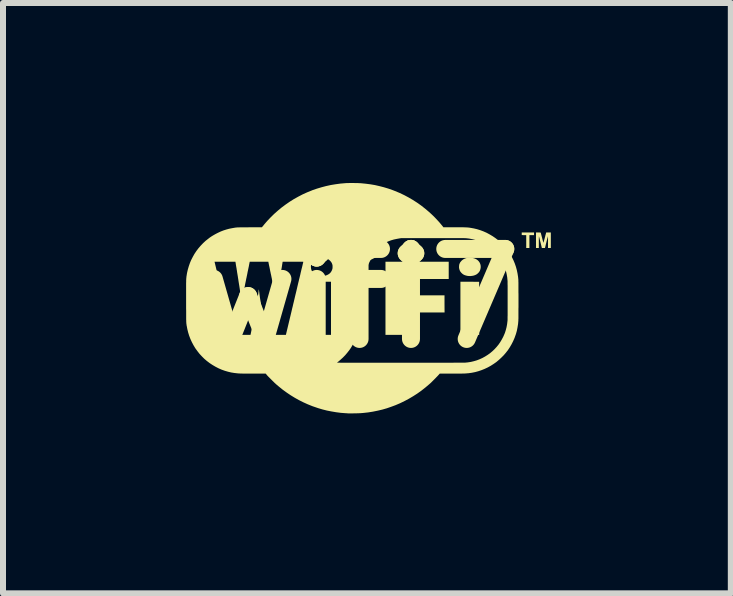
<source format=kicad_pcb>
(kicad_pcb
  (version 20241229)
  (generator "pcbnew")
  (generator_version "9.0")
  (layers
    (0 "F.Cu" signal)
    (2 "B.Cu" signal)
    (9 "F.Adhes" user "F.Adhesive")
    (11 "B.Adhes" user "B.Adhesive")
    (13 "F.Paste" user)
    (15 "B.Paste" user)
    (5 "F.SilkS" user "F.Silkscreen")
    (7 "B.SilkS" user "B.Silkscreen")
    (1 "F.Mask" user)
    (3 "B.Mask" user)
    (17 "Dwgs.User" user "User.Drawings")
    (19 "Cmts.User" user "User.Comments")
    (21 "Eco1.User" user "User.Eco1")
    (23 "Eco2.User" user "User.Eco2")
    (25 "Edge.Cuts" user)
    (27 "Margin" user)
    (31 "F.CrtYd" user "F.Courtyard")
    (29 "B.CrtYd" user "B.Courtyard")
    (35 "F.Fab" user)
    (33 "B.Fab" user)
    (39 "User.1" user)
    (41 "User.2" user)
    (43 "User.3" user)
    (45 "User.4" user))
  (footprint "wifi7"
    (layer "F.Cu")
    (at 2.943 1.921)
    (property "Reference" "wifi7" (at 0 0 0) (layer "F.SilkS") (effects (font (size 1.5 1.5) (thickness 0.3))))
    (attr board_only exclude_from_pos_files exclude_from_bom)
    (fp_poly (pts (xy 1.837 -0.275) (xy 1.993 -0.274) (xy 1.994 0.168) (xy 1.994 0.611) (xy 1.838 0.611) (xy 1.681 0.611) (xy 1.681 0.168) (xy 1.681 -0.275)) (stroke (width 0) (type solid)) (fill yes) (layer "F.SilkS"))
    (fp_poly (pts (xy 2.908 -1.074) (xy 2.908 -1.052) (xy 2.869 -1.052) (xy 2.831 -1.052) (xy 2.831 -0.944) (xy 2.831 -0.837) (xy 2.805 -0.837) (xy 2.778 -0.837) (xy 2.778 -0.944) (xy 2.778 -1.052) (xy 2.74 -1.052) (xy 2.703 -1.053) (xy 2.703 -1.074) (xy 2.703 -1.096) (xy 2.805 -1.096) (xy 2.908 -1.096)) (stroke (width 0) (type solid)) (fill yes) (layer "F.SilkS"))
    (fp_poly (pts (xy 1.486 -0.465) (xy 1.486 -0.321) (xy 1.127 -0.321) (xy 0.767 -0.321) (xy 0.767 -0.185) (xy 0.767 -0.049) (xy 1.092 -0.049) (xy 1.416 -0.048) (xy 1.416 0.094) (xy 1.417 0.237) (xy 1.092 0.237) (xy 0.767 0.237) (xy 0.767 0.424) (xy 0.767 0.611) (xy 0.6 0.611) (xy 0.432 0.611) (xy 0.432 0.001) (xy 0.432 -0.609) (xy 0.959 -0.609) (xy 1.486 -0.609)) (stroke (width 0) (type solid)) (fill yes) (layer "F.SilkS"))
    (fp_poly (pts (xy 1.86 -0.675) (xy 1.887 -0.671) (xy 1.911 -0.665) (xy 1.933 -0.656) (xy 1.954 -0.645) (xy 1.972 -0.631) (xy 1.987 -0.615) (xy 2 -0.597) (xy 2.009 -0.578) (xy 2.016 -0.557) (xy 2.019 -0.536) (xy 2.019 -0.513) (xy 2.018 -0.504) (xy 2.013 -0.481) (xy 2.006 -0.46) (xy 1.995 -0.441) (xy 1.981 -0.424) (xy 1.965 -0.409) (xy 1.947 -0.396) (xy 1.926 -0.386) (xy 1.903 -0.378) (xy 1.877 -0.373) (xy 1.85 -0.37) (xy 1.836 -0.37) (xy 1.825 -0.371) (xy 1.814 -0.371) (xy 1.805 -0.372) (xy 1.797 -0.373) (xy 1.772 -0.379) (xy 1.748 -0.387) (xy 1.727 -0.398) (xy 1.709 -0.412) (xy 1.693 -0.428) (xy 1.679 -0.446) (xy 1.669 -0.466) (xy 1.662 -0.488) (xy 1.66 -0.498) (xy 1.658 -0.511) (xy 1.658 -0.526) (xy 1.659 -0.539) (xy 1.66 -0.552) (xy 1.661 -0.559) (xy 1.668 -0.579) (xy 1.678 -0.599) (xy 1.692 -0.616) (xy 1.707 -0.632) (xy 1.726 -0.646) (xy 1.746 -0.657) (xy 1.768 -0.666) (xy 1.778 -0.669) (xy 1.805 -0.674) (xy 1.832 -0.676)) (stroke (width 0) (type solid)) (fill yes) (layer "F.SilkS"))
    (fp_poly (pts (xy 2.993 -1.096) (xy 3.002 -1.096) (xy 3.009 -1.095) (xy 3.014 -1.095) (xy 3.017 -1.094) (xy 3.019 -1.094) (xy 3.02 -1.093) (xy 3.02 -1.092) (xy 3.02 -1.09) (xy 3.022 -1.085) (xy 3.024 -1.076) (xy 3.027 -1.065) (xy 3.03 -1.053) (xy 3.034 -1.038) (xy 3.038 -1.022) (xy 3.042 -1.008) (xy 3.046 -0.991) (xy 3.05 -0.976) (xy 3.054 -0.962) (xy 3.057 -0.949) (xy 3.06 -0.939) (xy 3.062 -0.931) (xy 3.064 -0.926) (xy 3.064 -0.925) (xy 3.065 -0.926) (xy 3.066 -0.931) (xy 3.069 -0.938) (xy 3.071 -0.948) (xy 3.075 -0.96) (xy 3.078 -0.974) (xy 3.083 -0.989) (xy 3.086 -1.003) (xy 3.091 -1.02) (xy 3.095 -1.036) (xy 3.098 -1.05) (xy 3.102 -1.063) (xy 3.105 -1.074) (xy 3.107 -1.082) (xy 3.108 -1.088) (xy 3.109 -1.09) (xy 3.11 -1.096) (xy 3.149 -1.096) (xy 3.188 -1.096) (xy 3.188 -0.966) (xy 3.188 -0.837) (xy 3.165 -0.837) (xy 3.141 -0.837) (xy 3.141 -0.937) (xy 3.141 -0.959) (xy 3.141 -0.978) (xy 3.141 -0.995) (xy 3.14 -1.009) (xy 3.14 -1.02) (xy 3.14 -1.028) (xy 3.139 -1.032) (xy 3.139 -1.033) (xy 3.138 -1.03) (xy 3.137 -1.025) (xy 3.135 -1.016) (xy 3.132 -1.005) (xy 3.129 -0.992) (xy 3.125 -0.977) (xy 3.121 -0.961) (xy 3.116 -0.944) (xy 3.116 -0.94) (xy 3.111 -0.922) (xy 3.107 -0.906) (xy 3.103 -0.89) (xy 3.1 -0.876) (xy 3.097 -0.864) (xy 3.095 -0.855) (xy 3.093 -0.848) (xy 3.092 -0.844) (xy 3.092 -0.844) (xy 3.09 -0.837) (xy 3.065 -0.837) (xy 3.039 -0.837) (xy 3.015 -0.934) (xy 3.01 -0.953) (xy 3.006 -0.97) (xy 3.002 -0.985) (xy 2.999 -0.999) (xy 2.996 -1.011) (xy 2.993 -1.021) (xy 2.991 -1.027) (xy 2.99 -1.031) (xy 2.99 -1.032) (xy 2.989 -1.032) (xy 2.989 -1.031) (xy 2.989 -1.03) (xy 2.989 -1.027) (xy 2.989 -1.023) (xy 2.989 -1.018) (xy 2.989 -1.01) (xy 2.988 -1.001) (xy 2.988 -0.989) (xy 2.988 -0.975) (xy 2.988 -0.957) (xy 2.988 -0.937) (xy 2.988 -0.924) (xy 2.988 -0.837) (xy 2.964 -0.837) (xy 2.941 -0.837) (xy 2.941 -0.966) (xy 2.941 -1.035) (xy 2.988 -1.035) (xy 2.989 -1.034) (xy 2.99 -1.035) (xy 2.989 -1.035) (xy 2.988 -1.035) (xy 2.941 -1.035) (xy 2.941 -1.096) (xy 2.98 -1.096)) (stroke (width 0) (type solid)) (fill yes) (layer "F.SilkS"))
    (fp_poly (pts (xy -0.125 -1.921) (xy -0.103 -1.921) (xy -0.081 -1.92) (xy -0.06 -1.92) (xy -0.039 -1.92) (xy -0.02 -1.919) (xy -0.002 -1.918) (xy 0.012 -1.918) (xy 0.022 -1.917) (xy 0.102 -1.909) (xy 0.18 -1.899) (xy 0.257 -1.886) (xy 0.331 -1.869) (xy 0.405 -1.85) (xy 0.478 -1.828) (xy 0.55 -1.803) (xy 0.591 -1.787) (xy 0.668 -1.755) (xy 0.744 -1.719) (xy 0.817 -1.68) (xy 0.889 -1.638) (xy 0.959 -1.593) (xy 1.027 -1.545) (xy 1.093 -1.493) (xy 1.157 -1.439) (xy 1.179 -1.419) (xy 1.203 -1.397) (xy 1.228 -1.373) (xy 1.253 -1.348) (xy 1.278 -1.322) (xy 1.302 -1.296) (xy 1.326 -1.27) (xy 1.348 -1.244) (xy 1.368 -1.22) (xy 1.386 -1.198) (xy 1.39 -1.193) (xy 1.397 -1.183) (xy 1.578 -1.183) (xy 1.61 -1.183) (xy 1.639 -1.183) (xy 1.664 -1.183) (xy 1.687 -1.183) (xy 1.707 -1.183) (xy 1.725 -1.183) (xy 1.741 -1.182) (xy 1.756 -1.182) (xy 1.768 -1.181) (xy 1.78 -1.181) (xy 1.79 -1.18) (xy 1.8 -1.18) (xy 1.809 -1.179) (xy 1.818 -1.178) (xy 1.828 -1.177) (xy 1.837 -1.175) (xy 1.847 -1.174) (xy 1.903 -1.164) (xy 1.958 -1.151) (xy 2.013 -1.134) (xy 2.066 -1.114) (xy 2.118 -1.091) (xy 2.168 -1.064) (xy 2.217 -1.035) (xy 2.264 -1.003) (xy 2.309 -0.968) (xy 2.352 -0.93) (xy 2.392 -0.89) (xy 2.431 -0.847) (xy 2.466 -0.801) (xy 2.48 -0.782) (xy 2.511 -0.734) (xy 2.54 -0.684) (xy 2.565 -0.633) (xy 2.587 -0.58) (xy 2.606 -0.525) (xy 2.621 -0.47) (xy 2.633 -0.413) (xy 2.642 -0.356) (xy 2.647 -0.305) (xy 2.647 -0.3) (xy 2.647 -0.291) (xy 2.647 -0.279) (xy 2.648 -0.264) (xy 2.648 -0.246) (xy 2.648 -0.226) (xy 2.648 -0.204) (xy 2.648 -0.18) (xy 2.648 -0.154) (xy 2.648 -0.126) (xy 2.648 -0.098) (xy 2.649 -0.068) (xy 2.649 -0.037) (xy 2.649 -0.006) (xy 2.649 0.025) (xy 2.649 0.056) (xy 2.649 0.088) (xy 2.649 0.118) (xy 2.649 0.149) (xy 2.648 0.178) (xy 2.648 0.206) (xy 2.648 0.233) (xy 2.648 0.258) (xy 2.648 0.281) (xy 2.648 0.302) (xy 2.648 0.321) (xy 2.648 0.337) (xy 2.647 0.351) (xy 2.647 0.361) (xy 2.647 0.368) (xy 2.647 0.37) (xy 2.642 0.428) (xy 2.633 0.485) (xy 2.622 0.541) (xy 2.607 0.595) (xy 2.588 0.648) (xy 2.583 0.662) (xy 2.56 0.715) (xy 2.534 0.766) (xy 2.505 0.816) (xy 2.474 0.863) (xy 2.439 0.908) (xy 2.403 0.95) (xy 2.363 0.99) (xy 2.322 1.028) (xy 2.279 1.064) (xy 2.233 1.096) (xy 2.186 1.126) (xy 2.137 1.153) (xy 2.086 1.177) (xy 2.034 1.198) (xy 1.981 1.216) (xy 1.926 1.231) (xy 1.871 1.242) (xy 1.814 1.25) (xy 1.797 1.251) (xy 1.788 1.252) (xy 1.78 1.253) (xy 1.773 1.253) (xy 1.765 1.254) (xy 1.757 1.254) (xy 1.748 1.255) (xy 1.739 1.255) (xy 1.729 1.255) (xy 1.717 1.255) (xy 1.704 1.256) (xy 1.689 1.256) (xy 1.672 1.256) (xy 1.652 1.256) (xy 1.63 1.256) (xy 1.606 1.256) (xy 1.578 1.256) (xy 1.547 1.256) (xy 1.529 1.256) (xy 1.337 1.256) (xy 1.308 1.288) (xy 1.296 1.301) (xy 1.282 1.315) (xy 1.267 1.331) (xy 1.251 1.347) (xy 1.234 1.364) (xy 1.218 1.38) (xy 1.202 1.396) (xy 1.187 1.411) (xy 1.173 1.423) (xy 1.163 1.432) (xy 1.098 1.487) (xy 1.032 1.539) (xy 0.965 1.587) (xy 0.895 1.632) (xy 0.824 1.674) (xy 0.751 1.713) (xy 0.677 1.749) (xy 0.6 1.782) (xy 0.53 1.808) (xy 0.455 1.834) (xy 0.379 1.856) (xy 0.302 1.874) (xy 0.223 1.89) (xy 0.143 1.903) (xy 0.061 1.912) (xy 0.022 1.915) (xy 0.013 1.916) (xy 0.001 1.916) (xy -0.013 1.917) (xy -0.029 1.917) (xy -0.047 1.918) (xy -0.066 1.918) (xy -0.085 1.918) (xy -0.104 1.919) (xy -0.123 1.919) (xy -0.14 1.919) (xy -0.156 1.919) (xy -0.171 1.919) (xy -0.182 1.919) (xy -0.191 1.919) (xy -0.193 1.918) (xy -0.198 1.918) (xy -0.206 1.918) (xy -0.216 1.917) (xy -0.227 1.916) (xy -0.236 1.916) (xy -0.313 1.91) (xy -0.39 1.9) (xy -0.467 1.887) (xy -0.544 1.872) (xy -0.619 1.853) (xy -0.693 1.831) (xy -0.707 1.826) (xy -0.786 1.799) (xy -0.863 1.768) (xy -0.938 1.734) (xy -1.012 1.697) (xy -1.083 1.657) (xy -1.153 1.614) (xy -1.222 1.567) (xy -1.289 1.518) (xy -1.355 1.464) (xy -1.395 1.43) (xy -1.404 1.421) (xy -1.416 1.411) (xy -1.428 1.398) (xy -1.442 1.385) (xy -1.457 1.37) (xy -1.472 1.355) (xy -1.487 1.34) (xy -1.501 1.326) (xy -1.515 1.312) (xy -1.527 1.3) (xy -1.537 1.289) (xy -1.545 1.28) (xy -1.545 1.279) (xy -1.565 1.256) (xy -1.766 1.256) (xy -1.799 1.256) (xy -1.828 1.256) (xy -1.854 1.256) (xy -1.877 1.256) (xy -1.898 1.256) (xy -1.916 1.256) (xy -1.932 1.256) (xy -1.946 1.256) (xy -1.958 1.255) (xy -1.969 1.255) (xy -1.978 1.255) (xy -1.987 1.255) (xy -1.995 1.254) (xy -2.003 1.254) (xy -2.011 1.254) (xy -2.018 1.253) (xy -2.026 1.253) (xy -2.03 1.252) (xy -2.086 1.246) (xy -2.141 1.237) (xy -2.195 1.224) (xy -2.249 1.208) (xy -2.302 1.189) (xy -2.354 1.166) (xy -2.404 1.14) (xy -2.453 1.111) (xy -2.5 1.08) (xy -2.509 1.073) (xy -0.375 1.073) (xy -0.375 1.073) (xy -0.374 1.073) (xy -0.372 1.074) (xy -0.369 1.074) (xy -0.365 1.074) (xy -0.36 1.074) (xy -0.353 1.074) (xy -0.345 1.074) (xy -0.336 1.074) (xy -0.325 1.074) (xy -0.312 1.075) (xy -0.298 1.075) (xy -0.282 1.075) (xy -0.264 1.075) (xy -0.245 1.075) (xy -0.223 1.075) (xy -0.199 1.075) (xy -0.173 1.075) (xy -0.145 1.075) (xy -0.114 1.075) (xy -0.081 1.075) (xy -0.046 1.075) (xy -0.007 1.075) (xy 0.033 1.075) (xy 0.077 1.075) (xy 0.123 1.075) (xy 0.173 1.075) (xy 0.225 1.075) (xy 0.28 1.075) (xy 0.339 1.075) (xy 0.401 1.075) (xy 0.466 1.075) (xy 0.534 1.075) (xy 0.606 1.075) (xy 0.674 1.075) (xy 0.736 1.075) (xy 0.797 1.075) (xy 0.857 1.075) (xy 0.916 1.075) (xy 0.974 1.075) (xy 1.031 1.075) (xy 1.087 1.075) (xy 1.141 1.075) (xy 1.193 1.075) (xy 1.244 1.075) (xy 1.293 1.075) (xy 1.34 1.075) (xy 1.385 1.075) (xy 1.428 1.075) (xy 1.469 1.075) (xy 1.508 1.075) (xy 1.544 1.075) (xy 1.578 1.074) (xy 1.609 1.074) (xy 1.637 1.074) (xy 1.663 1.074) (xy 1.685 1.074) (xy 1.705 1.074) (xy 1.721 1.074) (xy 1.735 1.074) (xy 1.745 1.074) (xy 1.751 1.074) (xy 1.754 1.074) (xy 1.805 1.069) (xy 1.856 1.061) (xy 1.906 1.049) (xy 1.954 1.035) (xy 2.001 1.017) (xy 2.047 0.996) (xy 2.091 0.972) (xy 2.134 0.945) (xy 2.175 0.916) (xy 2.213 0.884) (xy 2.25 0.849) (xy 2.284 0.812) (xy 2.316 0.773) (xy 2.345 0.731) (xy 2.371 0.687) (xy 2.395 0.642) (xy 2.416 0.594) (xy 2.424 0.574) (xy 2.438 0.529) (xy 2.45 0.482) (xy 2.459 0.434) (xy 2.465 0.384) (xy 2.467 0.364) (xy 2.467 0.359) (xy 2.467 0.35) (xy 2.467 0.338) (xy 2.467 0.324) (xy 2.467 0.307) (xy 2.468 0.287) (xy 2.468 0.265) (xy 2.468 0.241) (xy 2.468 0.216) (xy 2.468 0.189) (xy 2.468 0.161) (xy 2.468 0.131) (xy 2.468 0.101) (xy 2.468 0.071) (xy 2.468 0.04) (xy 2.468 0.009) (xy 2.468 -0.022) (xy 2.468 -0.052) (xy 2.468 -0.081) (xy 2.468 -0.11) (xy 2.468 -0.138) (xy 2.468 -0.164) (xy 2.468 -0.188) (xy 2.468 -0.211) (xy 2.467 -0.231) (xy 2.467 -0.25) (xy 2.467 -0.265) (xy 2.467 -0.278) (xy 2.467 -0.288) (xy 2.466 -0.294) (xy 2.466 -0.296) (xy 2.461 -0.349) (xy 2.452 -0.401) (xy 2.44 -0.452) (xy 2.424 -0.501) (xy 2.405 -0.549) (xy 2.382 -0.596) (xy 2.357 -0.641) (xy 2.328 -0.684) (xy 2.297 -0.725) (xy 2.262 -0.765) (xy 2.239 -0.788) (xy 2.2 -0.823) (xy 2.16 -0.856) (xy 2.117 -0.885) (xy 2.072 -0.911) (xy 2.026 -0.934) (xy 1.979 -0.954) (xy 1.931 -0.971) (xy 1.881 -0.984) (xy 1.83 -0.994) (xy 1.779 -1) (xy 1.77 -1.001) (xy 1.766 -1.001) (xy 1.76 -1.001) (xy 1.752 -1.001) (xy 1.741 -1.002) (xy 1.728 -1.002) (xy 1.713 -1.002) (xy 1.696 -1.002) (xy 1.675 -1.002) (xy 1.653 -1.002) (xy 1.627 -1.002) (xy 1.599 -1.002) (xy 1.568 -1.002) (xy 1.534 -1.002) (xy 1.496 -1.002) (xy 1.456 -1.002) (xy 1.412 -1.002) (xy 1.365 -1.002) (xy 1.315 -1.002) (xy 1.261 -1.002) (xy 1.219 -1.002) (xy 0.695 -1.002) (xy 0.668 -0.998) (xy 0.619 -0.989) (xy 0.572 -0.979) (xy 0.527 -0.966) (xy 0.484 -0.95) (xy 0.442 -0.932) (xy 0.402 -0.911) (xy 0.361 -0.887) (xy 0.349 -0.88) (xy 0.306 -0.85) (xy 0.266 -0.817) (xy 0.229 -0.782) (xy 0.193 -0.744) (xy 0.161 -0.705) (xy 0.131 -0.663) (xy 0.105 -0.619) (xy 0.081 -0.574) (xy 0.06 -0.527) (xy 0.043 -0.479) (xy 0.029 -0.429) (xy 0.018 -0.379) (xy 0.013 -0.346) (xy 0.012 -0.339) (xy 0.011 -0.332) (xy 0.01 -0.325) (xy 0.01 -0.317) (xy 0.009 -0.31) (xy 0.008 -0.301) (xy 0.008 -0.292) (xy 0.008 -0.282) (xy 0.007 -0.27) (xy 0.007 -0.257) (xy 0.007 -0.243) (xy 0.006 -0.227) (xy 0.006 -0.209) (xy 0.006 -0.189) (xy 0.006 -0.167) (xy 0.006 -0.142) (xy 0.006 -0.114) (xy 0.006 -0.084) (xy 0.006 -0.051) (xy 0.006 -0.014) (xy 0.005 0.025) (xy 0.005 0.053) (xy 0.005 0.096) (xy 0.005 0.137) (xy 0.005 0.175) (xy 0.005 0.21) (xy 0.005 0.243) (xy 0.005 0.272) (xy 0.005 0.298) (xy 0.005 0.321) (xy 0.005 0.341) (xy 0.004 0.357) (xy 0.004 0.37) (xy 0.004 0.38) (xy 0.004 0.386) (xy 0.004 0.387) (xy -0.003 0.445) (xy -0.013 0.503) (xy -0.026 0.56) (xy -0.043 0.615) (xy -0.063 0.67) (xy -0.086 0.723) (xy -0.113 0.774) (xy -0.143 0.825) (xy -0.167 0.86) (xy -0.201 0.904) (xy -0.238 0.948) (xy -0.278 0.989) (xy -0.32 1.027) (xy -0.345 1.049) (xy -0.354 1.056) (xy -0.362 1.062) (xy -0.368 1.067) (xy -0.373 1.071) (xy -0.375 1.073) (xy -0.375 1.073) (xy -2.509 1.073) (xy -2.546 1.045) (xy -2.589 1.008) (xy -2.628 0.969) (xy -2.668 0.926) (xy -2.704 0.88) (xy -2.738 0.833) (xy -2.768 0.783) (xy -2.795 0.732) (xy -2.819 0.68) (xy -2.84 0.625) (xy -2.857 0.57) (xy -2.871 0.513) (xy -2.88 0.464) (xy -2.882 0.457) (xy -2.883 0.451) (xy -2.884 0.445) (xy -2.884 0.439) (xy -2.885 0.433) (xy -2.886 0.427) (xy -2.887 0.421) (xy -2.887 0.414) (xy -2.888 0.407) (xy -2.888 0.399) (xy -2.889 0.39) (xy -2.889 0.379) (xy -2.889 0.368) (xy -2.89 0.355) (xy -2.89 0.34) (xy -2.89 0.323) (xy -2.89 0.305) (xy -2.89 0.284) (xy -2.89 0.261) (xy -2.89 0.235) (xy -2.89 0.206) (xy -2.891 0.175) (xy -2.891 0.14) (xy -2.891 0.102) (xy -2.891 0.061) (xy -2.891 0.054) (xy -2.891 0.011) (xy -2.891 -0.029) (xy -2.891 -0.065) (xy -2.891 -0.098) (xy -2.891 -0.128) (xy -2.891 -0.155) (xy -2.891 -0.18) (xy -2.891 -0.202) (xy -2.891 -0.222) (xy -2.891 -0.24) (xy -2.891 -0.256) (xy -2.89 -0.27) (xy -2.89 -0.283) (xy -2.89 -0.294) (xy -2.89 -0.304) (xy -2.889 -0.313) (xy -2.889 -0.321) (xy -2.888 -0.329) (xy -2.888 -0.336) (xy -2.887 -0.342) (xy -2.886 -0.349) (xy -2.886 -0.355) (xy -2.885 -0.362) (xy -2.885 -0.362) (xy -2.876 -0.419) (xy -2.863 -0.476) (xy -2.847 -0.531) (xy -2.828 -0.586) (xy -2.819 -0.608) (xy -2.417 -0.608) (xy -2.312 -0.17) (xy -2.302 -0.128) (xy -2.292 -0.086) (xy -2.282 -0.043) (xy -2.272 -0.001) (xy -2.262 0.041) (xy -2.252 0.082) (xy -2.243 0.123) (xy -2.233 0.162) (xy -2.224 0.2) (xy -2.215 0.237) (xy -2.207 0.272) (xy -2.199 0.305) (xy -2.192 0.336) (xy -2.185 0.364) (xy -2.179 0.39) (xy -2.174 0.413) (xy -2.169 0.432) (xy -2.167 0.44) (xy -2.127 0.611) (xy -1.972 0.611) (xy -1.818 0.611) (xy -1.812 0.584) (xy -1.803 0.539) (xy -1.794 0.497) (xy -1.786 0.458) (xy -1.778 0.423) (xy -1.771 0.389) (xy -1.765 0.359) (xy -1.759 0.33) (xy -1.754 0.304) (xy -1.749 0.279) (xy -1.744 0.255) (xy -1.74 0.233) (xy -1.736 0.212) (xy -1.732 0.191) (xy -1.728 0.171) (xy -1.724 0.151) (xy -1.721 0.132) (xy -1.718 0.112) (xy -1.714 0.092) (xy -1.711 0.071) (xy -1.71 0.067) (xy -1.707 0.047) (xy -1.703 0.026) (xy -1.7 0.004) (xy -1.697 -0.018) (xy -1.694 -0.039) (xy -1.691 -0.059) (xy -1.688 -0.078) (xy -1.686 -0.094) (xy -1.684 -0.109) (xy -1.683 -0.12) (xy -1.683 -0.123) (xy -1.682 -0.132) (xy -1.681 -0.139) (xy -1.68 -0.145) (xy -1.679 -0.148) (xy -1.679 -0.147) (xy -1.678 -0.143) (xy -1.677 -0.137) (xy -1.676 -0.128) (xy -1.675 -0.121) (xy -1.672 -0.099) (xy -1.669 -0.073) (xy -1.665 -0.045) (xy -1.661 -0.014) (xy -1.656 0.018) (xy -1.65 0.051) (xy -1.648 0.065) (xy -1.644 0.088) (xy -1.64 0.11) (xy -1.637 0.132) (xy -1.633 0.152) (xy -1.629 0.173) (xy -1.626 0.194) (xy -1.622 0.215) (xy -1.617 0.236) (xy -1.613 0.259) (xy -1.608 0.284) (xy -1.603 0.31) (xy -1.597 0.338) (xy -1.591 0.368) (xy -1.584 0.401) (xy -1.576 0.437) (xy -1.57 0.466) (xy -1.54 0.611) (xy -0.789 0.611) (xy -0.633 0.611) (xy -0.476 0.611) (xy -0.476 0.168) (xy -0.476 -0.275) (xy -0.632 -0.275) (xy -0.788 -0.274) (xy -0.789 0.168) (xy -0.789 0.611) (xy -1.54 0.611) (xy -1.384 0.611) (xy -1.228 0.611) (xy -1.133 0.214) (xy -1.124 0.174) (xy -1.114 0.135) (xy -1.105 0.095) (xy -1.095 0.055) (xy -1.086 0.016) (xy -1.077 -0.022) (xy -1.068 -0.06) (xy -1.059 -0.096) (xy -1.051 -0.13) (xy -1.043 -0.164) (xy -1.036 -0.195) (xy -1.029 -0.224) (xy -1.023 -0.25) (xy -1.017 -0.274) (xy -1.012 -0.295) (xy -1.008 -0.313) (xy -1.005 -0.324) (xy -0.999 -0.348) (xy -0.993 -0.373) (xy -0.987 -0.398) (xy -0.982 -0.422) (xy -0.976 -0.446) (xy -0.971 -0.468) (xy -0.966 -0.489) (xy -0.961 -0.508) (xy -0.957 -0.523) (xy -0.955 -0.532) (xy -0.811 -0.532) (xy -0.81 -0.509) (xy -0.807 -0.487) (xy -0.8 -0.465) (xy -0.791 -0.448) (xy -0.783 -0.437) (xy -0.773 -0.425) (xy -0.762 -0.414) (xy -0.75 -0.404) (xy -0.739 -0.396) (xy -0.738 -0.396) (xy -0.723 -0.388) (xy -0.706 -0.382) (xy -0.688 -0.376) (xy -0.673 -0.373) (xy -0.66 -0.371) (xy -0.645 -0.371) (xy -0.629 -0.37) (xy -0.613 -0.371) (xy -0.598 -0.372) (xy -0.592 -0.373) (xy -0.566 -0.378) (xy -0.543 -0.386) (xy -0.521 -0.397) (xy -0.502 -0.41) (xy -0.486 -0.425) (xy -0.473 -0.443) (xy -0.462 -0.463) (xy -0.454 -0.485) (xy -0.454 -0.486) (xy -0.451 -0.498) (xy -0.45 -0.512) (xy -0.45 -0.528) (xy -0.45 -0.542) (xy -0.452 -0.555) (xy -0.453 -0.559) (xy -0.46 -0.58) (xy -0.47 -0.599) (xy -0.484 -0.617) (xy -0.5 -0.633) (xy -0.518 -0.647) (xy -0.539 -0.658) (xy -0.556 -0.665) (xy -0.569 -0.669) (xy -0.581 -0.672) (xy -0.593 -0.674) (xy -0.607 -0.675) (xy -0.623 -0.675) (xy -0.631 -0.675) (xy -0.645 -0.675) (xy -0.656 -0.675) (xy -0.665 -0.674) (xy -0.673 -0.673) (xy -0.678 -0.672) (xy -0.704 -0.665) (xy -0.727 -0.655) (xy -0.747 -0.643) (xy -0.765 -0.629) (xy -0.78 -0.612) (xy -0.793 -0.594) (xy -0.796 -0.588) (xy -0.802 -0.574) (xy -0.806 -0.561) (xy -0.809 -0.548) (xy -0.811 -0.533) (xy -0.811 -0.532) (xy -0.955 -0.532) (xy -0.955 -0.533) (xy -0.951 -0.549) (xy -0.948 -0.563) (xy -0.945 -0.576) (xy -0.942 -0.587) (xy -0.94 -0.596) (xy -0.939 -0.602) (xy -0.938 -0.605) (xy -0.938 -0.606) (xy -0.938 -0.606) (xy -0.938 -0.607) (xy -0.939 -0.607) (xy -0.941 -0.607) (xy -0.944 -0.608) (xy -0.949 -0.608) (xy -0.955 -0.608) (xy -0.962 -0.608) (xy -0.972 -0.609) (xy -0.983 -0.609) (xy -0.998 -0.609) (xy -1.014 -0.609) (xy -1.034 -0.609) (xy -1.056 -0.609) (xy -1.082 -0.609) (xy -1.109 -0.609) (xy -1.282 -0.609) (xy -1.282 -0.605) (xy -1.283 -0.602) (xy -1.284 -0.596) (xy -1.286 -0.587) (xy -1.287 -0.575) (xy -1.29 -0.561) (xy -1.292 -0.545) (xy -1.295 -0.527) (xy -1.298 -0.507) (xy -1.302 -0.487) (xy -1.305 -0.465) (xy -1.309 -0.443) (xy -1.312 -0.42) (xy -1.316 -0.398) (xy -1.32 -0.376) (xy -1.323 -0.354) (xy -1.326 -0.334) (xy -1.329 -0.314) (xy -1.332 -0.297) (xy -1.335 -0.281) (xy -1.337 -0.267) (xy -1.337 -0.265) (xy -1.346 -0.209) (xy -1.354 -0.156) (xy -1.361 -0.106) (xy -1.367 -0.06) (xy -1.373 -0.017) (xy -1.377 0.023) (xy -1.382 0.06) (xy -1.383 0.071) (xy -1.384 0.084) (xy -1.385 0.095) (xy -1.386 0.105) (xy -1.387 0.112) (xy -1.388 0.117) (xy -1.388 0.118) (xy -1.388 0.118) (xy -1.389 0.114) (xy -1.39 0.107) (xy -1.391 0.099) (xy -1.392 0.092) (xy -1.395 0.06) (xy -1.4 0.026) (xy -1.406 -0.012) (xy -1.412 -0.051) (xy -1.419 -0.093) (xy -1.426 -0.136) (xy -1.434 -0.179) (xy -1.442 -0.224) (xy -1.451 -0.268) (xy -1.46 -0.312) (xy -1.46 -0.314) (xy -1.463 -0.331) (xy -1.467 -0.349) (xy -1.471 -0.369) (xy -1.475 -0.389) (xy -1.48 -0.41) (xy -1.484 -0.431) (xy -1.489 -0.453) (xy -1.493 -0.474) (xy -1.497 -0.495) (xy -1.501 -0.515) (xy -1.505 -0.533) (xy -1.509 -0.551) (xy -1.512 -0.566) (xy -1.515 -0.58) (xy -1.517 -0.591) (xy -1.519 -0.6) (xy -1.52 -0.606) (xy -1.52 -0.608) (xy -1.52 -0.608) (xy -1.522 -0.608) (xy -1.527 -0.609) (xy -1.536 -0.609) (xy -1.547 -0.609) (xy -1.56 -0.609) (xy -1.576 -0.609) (xy -1.595 -0.609) (xy -1.614 -0.609) (xy -1.636 -0.609) (xy -1.659 -0.609) (xy -1.675 -0.609) (xy -1.83 -0.609) (xy -1.831 -0.605) (xy -1.832 -0.602) (xy -1.833 -0.597) (xy -1.835 -0.588) (xy -1.837 -0.577) (xy -1.84 -0.563) (xy -1.843 -0.547) (xy -1.846 -0.53) (xy -1.85 -0.512) (xy -1.854 -0.492) (xy -1.855 -0.489) (xy -1.859 -0.468) (xy -1.864 -0.446) (xy -1.868 -0.425) (xy -1.872 -0.404) (xy -1.876 -0.384) (xy -1.88 -0.366) (xy -1.883 -0.35) (xy -1.886 -0.336) (xy -1.888 -0.329) (xy -1.896 -0.287) (xy -1.905 -0.245) (xy -1.913 -0.202) (xy -1.92 -0.16) (xy -1.928 -0.119) (xy -1.935 -0.079) (xy -1.941 -0.04) (xy -1.947 -0.003) (xy -1.952 0.032) (xy -1.956 0.064) (xy -1.959 0.093) (xy -1.961 0.108) (xy -1.961 0.112) (xy -1.962 0.116) (xy -1.962 0.117) (xy -1.963 0.118) (xy -1.963 0.116) (xy -1.964 0.111) (xy -1.964 0.104) (xy -1.965 0.095) (xy -1.967 0.082) (xy -1.968 0.071) (xy -1.971 0.04) (xy -1.975 0.006) (xy -1.98 -0.029) (xy -1.985 -0.066) (xy -1.99 -0.107) (xy -1.996 -0.15) (xy -2.003 -0.196) (xy -2.011 -0.245) (xy -2.013 -0.258) (xy -2.016 -0.276) (xy -2.019 -0.296) (xy -2.022 -0.318) (xy -2.026 -0.34) (xy -2.029 -0.363) (xy -2.033 -0.386) (xy -2.037 -0.41) (xy -2.041 -0.434) (xy -2.044 -0.457) (xy -2.048 -0.479) (xy -2.051 -0.501) (xy -2.055 -0.521) (xy -2.058 -0.54) (xy -2.061 -0.557) (xy -2.063 -0.572) (xy -2.065 -0.585) (xy -2.067 -0.595) (xy -2.068 -0.603) (xy -2.069 -0.607) (xy -2.069 -0.608) (xy -2.071 -0.608) (xy -2.077 -0.608) (xy -2.085 -0.608) (xy -2.096 -0.608) (xy -2.11 -0.608) (xy -2.127 -0.609) (xy -2.145 -0.609) (xy -2.166 -0.609) (xy -2.188 -0.609) (xy -2.211 -0.609) (xy -2.236 -0.608) (xy -2.244 -0.608) (xy -2.417 -0.608) (xy -2.819 -0.608) (xy -2.806 -0.638) (xy -2.78 -0.689) (xy -2.752 -0.739) (xy -2.72 -0.787) (xy -2.686 -0.832) (xy -2.648 -0.876) (xy -2.608 -0.918) (xy -2.566 -0.957) (xy -2.52 -0.993) (xy -2.497 -1.011) (xy -2.472 -1.028) (xy -2.448 -1.043) (xy -2.424 -1.057) (xy -2.399 -1.071) (xy -2.372 -1.085) (xy -2.36 -1.091) (xy -2.315 -1.112) (xy -2.269 -1.13) (xy -2.222 -1.145) (xy -2.174 -1.158) (xy -2.124 -1.168) (xy -2.071 -1.177) (xy -2.054 -1.179) (xy -2.05 -1.179) (xy -2.045 -1.18) (xy -2.04 -1.18) (xy -2.033 -1.181) (xy -2.025 -1.181) (xy -2.016 -1.181) (xy -2.005 -1.181) (xy -1.993 -1.182) (xy -1.978 -1.182) (xy -1.961 -1.182) (xy -1.942 -1.182) (xy -1.919 -1.182) (xy -1.894 -1.182) (xy -1.866 -1.182) (xy -1.834 -1.183) (xy -1.828 -1.183) (xy -1.627 -1.183) (xy -1.618 -1.195) (xy -1.61 -1.204) (xy -1.6 -1.216) (xy -1.589 -1.23) (xy -1.577 -1.244) (xy -1.565 -1.258) (xy -1.553 -1.272) (xy -1.541 -1.285) (xy -1.54 -1.287) (xy -1.483 -1.347) (xy -1.424 -1.405) (xy -1.362 -1.46) (xy -1.298 -1.513) (xy -1.232 -1.562) (xy -1.164 -1.609) (xy -1.094 -1.653) (xy -1.022 -1.693) (xy -0.949 -1.731) (xy -0.874 -1.765) (xy -0.797 -1.796) (xy -0.786 -1.801) (xy -0.71 -1.827) (xy -0.633 -1.85) (xy -0.557 -1.87) (xy -0.479 -1.887) (xy -0.4 -1.9) (xy -0.319 -1.911) (xy -0.237 -1.918) (xy -0.211 -1.92) (xy -0.198 -1.92) (xy -0.183 -1.92) (xy -0.166 -1.921) (xy -0.146 -1.921)) (stroke (width 0) (type solid)) (fill yes) (layer "F.SilkS")))
  (gr_rect
    (start -3 -3)
    (end 9.131 6.84)
    (stroke (width 0.1) (type default))
    (fill no)
    (layer "Edge.Cuts")))
</source>
